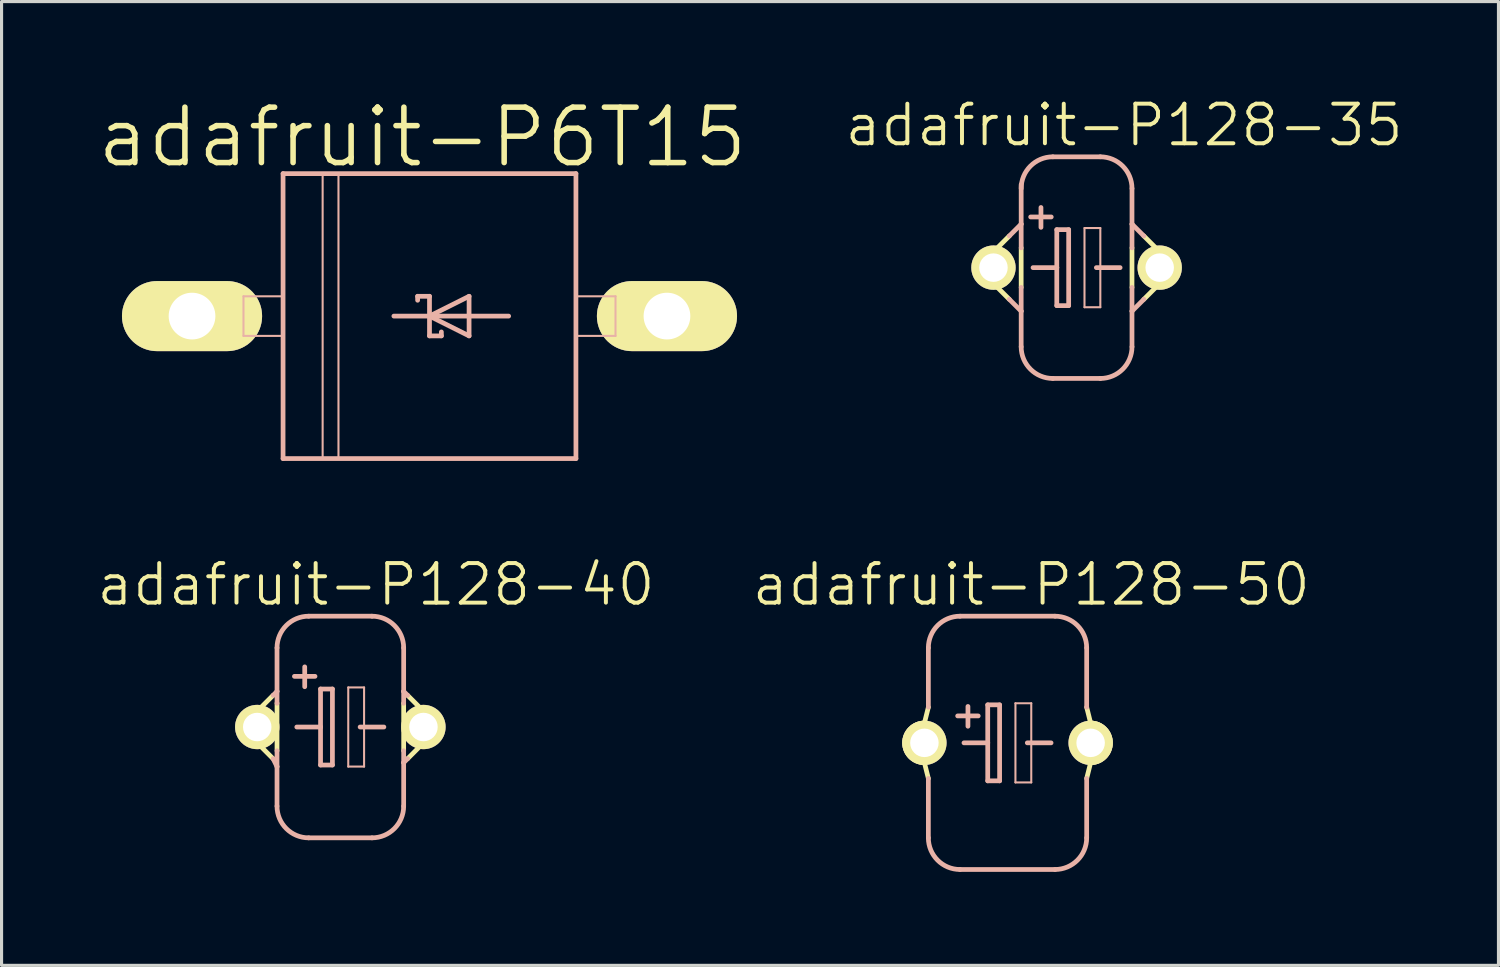
<source format=kicad_pcb>
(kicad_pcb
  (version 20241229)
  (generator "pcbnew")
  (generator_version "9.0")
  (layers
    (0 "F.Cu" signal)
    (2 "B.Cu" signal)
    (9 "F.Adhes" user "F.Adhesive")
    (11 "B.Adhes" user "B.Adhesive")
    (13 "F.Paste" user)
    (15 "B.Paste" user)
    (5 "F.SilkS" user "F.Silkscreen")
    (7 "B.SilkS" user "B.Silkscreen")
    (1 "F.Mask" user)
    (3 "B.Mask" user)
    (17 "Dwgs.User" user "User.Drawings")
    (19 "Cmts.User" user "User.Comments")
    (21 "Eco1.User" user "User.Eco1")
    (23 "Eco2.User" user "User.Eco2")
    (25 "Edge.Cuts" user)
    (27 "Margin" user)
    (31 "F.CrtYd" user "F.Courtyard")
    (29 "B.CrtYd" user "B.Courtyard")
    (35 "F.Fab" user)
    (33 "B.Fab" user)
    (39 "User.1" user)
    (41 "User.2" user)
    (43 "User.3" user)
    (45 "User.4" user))
  (footprint "adafruit-P128-35"
    (layer "F.Cu")
    (at 31.496 5.538)
    (property "Reference" "adafruit-P128-35" (at 1.524 -4.572 0) (layer "F.SilkS") (effects (font (size 1.27 1.27) (thickness 0.127))))
    (attr exclude_from_pos_files exclude_from_bom)
    (fp_line (start -2.667 -0.508) (end -2.159 -1.016) (stroke (width 0.152) (type solid)) (layer "F.SilkS"))
    (fp_line (start -2.159 1.016) (end -2.667 0.508) (stroke (width 0.152) (type solid)) (layer "F.SilkS"))
    (fp_line (start -1.778 -0.635) (end -1.778 0.635) (stroke (width 0.152) (type solid)) (layer "F.SilkS"))
    (fp_line (start 1.778 -0.635) (end 1.778 0.635) (stroke (width 0.152) (type solid)) (layer "F.SilkS"))
    (fp_line (start 2.159 1.016) (end 2.667 0.508) (stroke (width 0.152) (type solid)) (layer "F.SilkS"))
    (fp_line (start 2.667 -0.508) (end 2.159 -1.016) (stroke (width 0.152) (type solid)) (layer "F.SilkS"))
    (fp_arc (start -2.667 0.508) (mid -3.175 0) (end -2.667 -0.508) (stroke (width 0.1524) (type solid)) (layer "F.SilkS"))
    (fp_arc (start 2.667 -0.508) (mid 3.175 0) (end 2.667 0.508) (stroke (width 0.1524) (type solid)) (layer "F.SilkS"))
    (fp_line (start -2.159 -1.016) (end -1.778 -1.397) (stroke (width 0.152) (type solid)) (layer "B.SilkS"))
    (fp_line (start -1.778 -2.667) (end -1.778 -1.397) (stroke (width 0.152) (type solid)) (layer "B.SilkS"))
    (fp_line (start -1.778 -1.397) (end -1.778 -0.635) (stroke (width 0.152) (type solid)) (layer "B.SilkS"))
    (fp_line (start -1.778 0.635) (end -1.778 1.397) (stroke (width 0.152) (type solid)) (layer "B.SilkS"))
    (fp_line (start -1.778 1.397) (end -2.159 1.016) (stroke (width 0.152) (type solid)) (layer "B.SilkS"))
    (fp_line (start -1.778 1.397) (end -1.778 2.54) (stroke (width 0.152) (type solid)) (layer "B.SilkS"))
    (fp_line (start -1.397 0) (end -0.635 0) (stroke (width 0.152) (type solid)) (layer "B.SilkS"))
    (fp_line (start -1.143 -1.93) (end -1.143 -1.293) (stroke (width 0.152) (type solid)) (layer "B.SilkS"))
    (fp_line (start -0.813 -1.626) (end -1.473 -1.626) (stroke (width 0.152) (type solid)) (layer "B.SilkS"))
    (fp_line (start -0.762 3.556) (end 0.762 3.556) (stroke (width 0.152) (type solid)) (layer "B.SilkS"))
    (fp_line (start -0.635 -1.219) (end -0.635 0) (stroke (width 0.152) (type solid)) (layer "B.SilkS"))
    (fp_line (start -0.635 0) (end -0.635 1.219) (stroke (width 0.152) (type solid)) (layer "B.SilkS"))
    (fp_line (start -0.635 1.219) (end -0.254 1.219) (stroke (width 0.152) (type solid)) (layer "B.SilkS"))
    (fp_line (start -0.254 -1.219) (end -0.635 -1.219) (stroke (width 0.152) (type solid)) (layer "B.SilkS"))
    (fp_line (start -0.254 1.219) (end -0.254 -1.219) (stroke (width 0.152) (type solid)) (layer "B.SilkS"))
    (fp_line (start 0.254 -1.27) (end 0.762 -1.27) (stroke (width 0.066) (type solid)) (layer "B.SilkS"))
    (fp_line (start 0.254 1.27) (end 0.254 -1.27) (stroke (width 0.066) (type solid)) (layer "B.SilkS"))
    (fp_line (start 0.254 1.27) (end 0.762 1.27) (stroke (width 0.066) (type solid)) (layer "B.SilkS"))
    (fp_line (start 0.635 0) (end 1.397 0) (stroke (width 0.152) (type solid)) (layer "B.SilkS"))
    (fp_line (start 0.762 -3.556) (end -0.762 -3.556) (stroke (width 0.152) (type solid)) (layer "B.SilkS"))
    (fp_line (start 0.762 1.27) (end 0.762 -1.27) (stroke (width 0.066) (type solid)) (layer "B.SilkS"))
    (fp_line (start 1.778 -2.54) (end 1.778 -1.397) (stroke (width 0.152) (type solid)) (layer "B.SilkS"))
    (fp_line (start 1.778 -1.397) (end 1.778 -0.635) (stroke (width 0.152) (type solid)) (layer "B.SilkS"))
    (fp_line (start 1.778 0.635) (end 1.778 1.397) (stroke (width 0.152) (type solid)) (layer "B.SilkS"))
    (fp_line (start 1.778 1.397) (end 1.778 2.54) (stroke (width 0.152) (type solid)) (layer "B.SilkS"))
    (fp_line (start 1.778 1.397) (end 2.159 1.016) (stroke (width 0.152) (type solid)) (layer "B.SilkS"))
    (fp_line (start 2.159 -1.016) (end 1.778 -1.397) (stroke (width 0.152) (type solid)) (layer "B.SilkS"))
    (fp_arc (start -1.778 -2.54) (mid -1.48042 -3.25842) (end -0.762 -3.556) (stroke (width 0.1524) (type solid)) (layer "B.SilkS"))
    (fp_arc (start -0.762 3.556) (mid -1.48042 3.25842) (end -1.778 2.54) (stroke (width 0.1524) (type solid)) (layer "B.SilkS"))
    (fp_arc (start 0.762 -3.556) (mid 1.48042 -3.25842) (end 1.778 -2.54) (stroke (width 0.1524) (type solid)) (layer "B.SilkS"))
    (fp_arc (start 1.778 2.54) (mid 1.48042 3.25842) (end 0.762 3.556) (stroke (width 0.1524) (type solid)) (layer "B.SilkS"))
    (pad "+" thru_hole circle (at -2.667 0) (size 1.422 1.422) (drill 0.914) (layers "*.Cu" "F.Mask" "F.SilkS" "F.Paste"))
    (pad "-" thru_hole circle (at 2.667 0) (size 1.422 1.422) (drill 0.914) (layers "*.Cu" "F.Mask" "F.SilkS" "F.Paste")))
  (footprint "adafruit-P128-40"
    (layer "F.Cu")
    (at 7.871 20.279)
    (property "Reference" "adafruit-P128-40" (at 1.143 -4.572 0) (layer "F.SilkS") (effects (font (size 1.27 1.27) (thickness 0.127))))
    (attr exclude_from_pos_files exclude_from_bom)
    (fp_line (start -2.667 -0.508) (end -2.159 -1.016) (stroke (width 0.152) (type solid)) (layer "F.SilkS"))
    (fp_line (start -2.159 1.016) (end -2.667 0.508) (stroke (width 0.152) (type solid)) (layer "F.SilkS"))
    (fp_line (start -2.032 -0.762) (end -2.032 0.762) (stroke (width 0.152) (type solid)) (layer "F.SilkS"))
    (fp_line (start 2.032 -0.762) (end 2.032 0.762) (stroke (width 0.152) (type solid)) (layer "F.SilkS"))
    (fp_line (start 2.159 1.016) (end 2.667 0.508) (stroke (width 0.152) (type solid)) (layer "F.SilkS"))
    (fp_line (start 2.667 -0.508) (end 2.159 -1.016) (stroke (width 0.152) (type solid)) (layer "F.SilkS"))
    (fp_arc (start -2.667 0.508) (mid -3.175 0) (end -2.667 -0.508) (stroke (width 0.1524) (type solid)) (layer "F.SilkS"))
    (fp_arc (start 2.667 -0.508) (mid 3.175 0) (end 2.667 0.508) (stroke (width 0.1524) (type solid)) (layer "F.SilkS"))
    (fp_line (start -2.159 -1.016) (end -2.032 -1.143) (stroke (width 0.152) (type solid)) (layer "B.SilkS"))
    (fp_line (start -2.032 -2.54) (end -2.032 -1.143) (stroke (width 0.152) (type solid)) (layer "B.SilkS"))
    (fp_line (start -2.032 -1.143) (end -2.032 -0.762) (stroke (width 0.152) (type solid)) (layer "B.SilkS"))
    (fp_line (start -2.032 0.762) (end -2.032 1.27) (stroke (width 0.152) (type solid)) (layer "B.SilkS"))
    (fp_line (start -2.032 1.27) (end -2.159 1.016) (stroke (width 0.152) (type solid)) (layer "B.SilkS"))
    (fp_line (start -2.032 1.27) (end -2.032 2.54) (stroke (width 0.152) (type solid)) (layer "B.SilkS"))
    (fp_line (start -1.397 0) (end -0.635 0) (stroke (width 0.152) (type solid)) (layer "B.SilkS"))
    (fp_line (start -1.143 -1.93) (end -1.143 -1.293) (stroke (width 0.152) (type solid)) (layer "B.SilkS"))
    (fp_line (start -1.016 3.556) (end 1.016 3.556) (stroke (width 0.152) (type solid)) (layer "B.SilkS"))
    (fp_line (start -0.813 -1.626) (end -1.473 -1.626) (stroke (width 0.152) (type solid)) (layer "B.SilkS"))
    (fp_line (start -0.635 -1.219) (end -0.635 0) (stroke (width 0.152) (type solid)) (layer "B.SilkS"))
    (fp_line (start -0.635 0) (end -0.635 1.219) (stroke (width 0.152) (type solid)) (layer "B.SilkS"))
    (fp_line (start -0.635 1.219) (end -0.254 1.219) (stroke (width 0.152) (type solid)) (layer "B.SilkS"))
    (fp_line (start -0.254 -1.219) (end -0.635 -1.219) (stroke (width 0.152) (type solid)) (layer "B.SilkS"))
    (fp_line (start -0.254 1.219) (end -0.254 -1.219) (stroke (width 0.152) (type solid)) (layer "B.SilkS"))
    (fp_line (start 0.254 -1.27) (end 0.762 -1.27) (stroke (width 0.066) (type solid)) (layer "B.SilkS"))
    (fp_line (start 0.254 1.27) (end 0.254 -1.27) (stroke (width 0.066) (type solid)) (layer "B.SilkS"))
    (fp_line (start 0.254 1.27) (end 0.762 1.27) (stroke (width 0.066) (type solid)) (layer "B.SilkS"))
    (fp_line (start 0.635 0) (end 1.397 0) (stroke (width 0.152) (type solid)) (layer "B.SilkS"))
    (fp_line (start 0.762 1.27) (end 0.762 -1.27) (stroke (width 0.066) (type solid)) (layer "B.SilkS"))
    (fp_line (start 1.016 -3.556) (end -1.016 -3.556) (stroke (width 0.152) (type solid)) (layer "B.SilkS"))
    (fp_line (start 2.032 -2.54) (end 2.032 -1.143) (stroke (width 0.152) (type solid)) (layer "B.SilkS"))
    (fp_line (start 2.032 -1.143) (end 2.032 -0.762) (stroke (width 0.152) (type solid)) (layer "B.SilkS"))
    (fp_line (start 2.032 0.762) (end 2.032 1.143) (stroke (width 0.152) (type solid)) (layer "B.SilkS"))
    (fp_line (start 2.032 1.143) (end 2.032 2.54) (stroke (width 0.152) (type solid)) (layer "B.SilkS"))
    (fp_line (start 2.032 1.143) (end 2.159 1.016) (stroke (width 0.152) (type solid)) (layer "B.SilkS"))
    (fp_line (start 2.159 -1.016) (end 2.032 -1.143) (stroke (width 0.152) (type solid)) (layer "B.SilkS"))
    (fp_arc (start -2.032 -2.54) (mid -1.73442 -3.25842) (end -1.016 -3.556) (stroke (width 0.1524) (type solid)) (layer "B.SilkS"))
    (fp_arc (start -1.016 3.556) (mid -1.73442 3.25842) (end -2.032 2.54) (stroke (width 0.1524) (type solid)) (layer "B.SilkS"))
    (fp_arc (start 1.016 -3.556) (mid 1.73442 -3.25842) (end 2.032 -2.54) (stroke (width 0.1524) (type solid)) (layer "B.SilkS"))
    (fp_arc (start 2.032 2.54) (mid 1.73442 3.25842) (end 1.016 3.556) (stroke (width 0.1524) (type solid)) (layer "B.SilkS"))
    (pad "+" thru_hole circle (at -2.667 0) (size 1.422 1.422) (drill 0.914) (layers "*.Cu" "F.Mask" "F.SilkS" "F.Paste"))
    (pad "-" thru_hole circle (at 2.667 0) (size 1.422 1.422) (drill 0.914) (layers "*.Cu" "F.Mask" "F.SilkS" "F.Paste")))
  (footprint "adafruit-P128-50"
    (layer "F.Cu")
    (at 29.28 20.787)
    (property "Reference" "adafruit-P128-50" (at 0.762 -5.08 0) (layer "F.SilkS") (effects (font (size 1.27 1.27) (thickness 0.127))))
    (attr exclude_from_pos_files exclude_from_bom)
    (fp_line (start -2.667 -0.635) (end -2.54 -1.143) (stroke (width 0.152) (type solid)) (layer "F.SilkS"))
    (fp_line (start -2.54 1.143) (end -2.667 0.635) (stroke (width 0.152) (type solid)) (layer "F.SilkS"))
    (fp_line (start 2.54 1.143) (end 2.667 0.635) (stroke (width 0.152) (type solid)) (layer "F.SilkS"))
    (fp_line (start 2.667 -0.635) (end 2.54 -1.143) (stroke (width 0.152) (type solid)) (layer "F.SilkS"))
    (fp_arc (start -2.667 0.635) (mid -3.302 0) (end -2.667 -0.635) (stroke (width 0.1524) (type solid)) (layer "F.SilkS"))
    (fp_arc (start 2.667 -0.635) (mid 3.302 0) (end 2.667 0.635) (stroke (width 0.1524) (type solid)) (layer "F.SilkS"))
    (fp_line (start -2.54 -3.048) (end -2.54 -1.143) (stroke (width 0.152) (type solid)) (layer "B.SilkS"))
    (fp_line (start -2.54 1.143) (end -2.54 3.048) (stroke (width 0.152) (type solid)) (layer "B.SilkS"))
    (fp_line (start -1.524 4.064) (end 1.524 4.064) (stroke (width 0.152) (type solid)) (layer "B.SilkS"))
    (fp_line (start -1.397 0) (end -0.635 0) (stroke (width 0.152) (type solid)) (layer "B.SilkS"))
    (fp_line (start -1.27 -1.168) (end -1.27 -0.533) (stroke (width 0.152) (type solid)) (layer "B.SilkS"))
    (fp_line (start -0.94 -0.864) (end -1.6 -0.864) (stroke (width 0.152) (type solid)) (layer "B.SilkS"))
    (fp_line (start -0.635 -1.219) (end -0.635 0) (stroke (width 0.152) (type solid)) (layer "B.SilkS"))
    (fp_line (start -0.635 0) (end -0.635 1.219) (stroke (width 0.152) (type solid)) (layer "B.SilkS"))
    (fp_line (start -0.635 1.219) (end -0.254 1.219) (stroke (width 0.152) (type solid)) (layer "B.SilkS"))
    (fp_line (start -0.254 -1.219) (end -0.635 -1.219) (stroke (width 0.152) (type solid)) (layer "B.SilkS"))
    (fp_line (start -0.254 1.219) (end -0.254 -1.219) (stroke (width 0.152) (type solid)) (layer "B.SilkS"))
    (fp_line (start 0.254 -1.27) (end 0.762 -1.27) (stroke (width 0.066) (type solid)) (layer "B.SilkS"))
    (fp_line (start 0.254 1.27) (end 0.254 -1.27) (stroke (width 0.066) (type solid)) (layer "B.SilkS"))
    (fp_line (start 0.254 1.27) (end 0.762 1.27) (stroke (width 0.066) (type solid)) (layer "B.SilkS"))
    (fp_line (start 0.635 0) (end 1.397 0) (stroke (width 0.152) (type solid)) (layer "B.SilkS"))
    (fp_line (start 0.762 1.27) (end 0.762 -1.27) (stroke (width 0.066) (type solid)) (layer "B.SilkS"))
    (fp_line (start 1.524 -4.064) (end -1.524 -4.064) (stroke (width 0.152) (type solid)) (layer "B.SilkS"))
    (fp_line (start 2.54 -3.048) (end 2.54 -1.143) (stroke (width 0.152) (type solid)) (layer "B.SilkS"))
    (fp_line (start 2.54 1.143) (end 2.54 3.048) (stroke (width 0.152) (type solid)) (layer "B.SilkS"))
    (fp_arc (start -2.54 -3.048) (mid -2.24242 -3.76642) (end -1.524 -4.064) (stroke (width 0.1524) (type solid)) (layer "B.SilkS"))
    (fp_arc (start -1.524 4.064) (mid -2.24242 3.76642) (end -2.54 3.048) (stroke (width 0.1524) (type solid)) (layer "B.SilkS"))
    (fp_arc (start 1.524 -4.064) (mid 2.24242 -3.76642) (end 2.54 -3.048) (stroke (width 0.1524) (type solid)) (layer "B.SilkS"))
    (fp_arc (start 2.54 3.048) (mid 2.24242 3.76642) (end 1.524 4.064) (stroke (width 0.1524) (type solid)) (layer "B.SilkS"))
    (pad "+" thru_hole circle (at -2.667 0) (size 1.422 1.422) (drill 0.914) (layers "*.Cu" "F.Mask" "F.SilkS" "F.Paste"))
    (pad "-" thru_hole circle (at 2.667 0) (size 1.422 1.422) (drill 0.914) (layers "*.Cu" "F.Mask" "F.SilkS" "F.Paste")))
  (footprint "adafruit-P6T15"
    (layer "F.Cu")
    (at 10.732 7.093)
    (property "Reference" "adafruit-P6T15" (at -0.229 -5.74 0) (layer "F.SilkS") (effects (font (size 1.778 1.778) (thickness 0.178))))
    (attr exclude_from_pos_files exclude_from_bom)
    (fp_line (start -7.62 0) (end -6.223 0) (stroke (width 1.27) (type solid)) (layer "F.SilkS"))
    (fp_line (start 7.62 0) (end 6.223 0) (stroke (width 1.27) (type solid)) (layer "F.SilkS"))
    (fp_line (start -5.969 -0.635) (end -4.699 -0.635) (stroke (width 0.066) (type solid)) (layer "B.SilkS"))
    (fp_line (start -5.969 0.635) (end -5.969 -0.635) (stroke (width 0.066) (type solid)) (layer "B.SilkS"))
    (fp_line (start -5.969 0.635) (end -4.699 0.635) (stroke (width 0.066) (type solid)) (layer "B.SilkS"))
    (fp_line (start -4.699 -4.572) (end 4.699 -4.572) (stroke (width 0.152) (type solid)) (layer "B.SilkS"))
    (fp_line (start -4.699 0.635) (end -4.699 -0.635) (stroke (width 0.066) (type solid)) (layer "B.SilkS"))
    (fp_line (start -4.699 4.572) (end -4.699 -4.572) (stroke (width 0.152) (type solid)) (layer "B.SilkS"))
    (fp_line (start -3.429 -4.572) (end -2.921 -4.572) (stroke (width 0.066) (type solid)) (layer "B.SilkS"))
    (fp_line (start -3.429 4.572) (end -3.429 -4.572) (stroke (width 0.066) (type solid)) (layer "B.SilkS"))
    (fp_line (start -3.429 4.572) (end -2.921 4.572) (stroke (width 0.066) (type solid)) (layer "B.SilkS"))
    (fp_line (start -2.921 4.572) (end -2.921 -4.572) (stroke (width 0.066) (type solid)) (layer "B.SilkS"))
    (fp_line (start -1.143 0) (end 0 0) (stroke (width 0.152) (type solid)) (layer "B.SilkS"))
    (fp_line (start -0.381 -0.635) (end 0 -0.635) (stroke (width 0.152) (type solid)) (layer "B.SilkS"))
    (fp_line (start -0.381 -0.508) (end -0.381 -0.635) (stroke (width 0.152) (type solid)) (layer "B.SilkS"))
    (fp_line (start 0 -0.635) (end 0 0) (stroke (width 0.152) (type solid)) (layer "B.SilkS"))
    (fp_line (start 0 0) (end 1.27 -0.635) (stroke (width 0.152) (type solid)) (layer "B.SilkS"))
    (fp_line (start 0 0) (end 2.54 0) (stroke (width 0.152) (type solid)) (layer "B.SilkS"))
    (fp_line (start 0 0.635) (end 0 0) (stroke (width 0.152) (type solid)) (layer "B.SilkS"))
    (fp_line (start 0.381 0.508) (end 0.381 0.635) (stroke (width 0.152) (type solid)) (layer "B.SilkS"))
    (fp_line (start 0.381 0.635) (end 0 0.635) (stroke (width 0.152) (type solid)) (layer "B.SilkS"))
    (fp_line (start 1.27 -0.635) (end 1.27 0.635) (stroke (width 0.152) (type solid)) (layer "B.SilkS"))
    (fp_line (start 1.27 0.635) (end 0 0) (stroke (width 0.152) (type solid)) (layer "B.SilkS"))
    (fp_line (start 4.699 -4.572) (end 4.699 4.572) (stroke (width 0.152) (type solid)) (layer "B.SilkS"))
    (fp_line (start 4.699 -0.635) (end 5.969 -0.635) (stroke (width 0.066) (type solid)) (layer "B.SilkS"))
    (fp_line (start 4.699 0.635) (end 4.699 -0.635) (stroke (width 0.066) (type solid)) (layer "B.SilkS"))
    (fp_line (start 4.699 0.635) (end 5.969 0.635) (stroke (width 0.066) (type solid)) (layer "B.SilkS"))
    (fp_line (start 4.699 4.572) (end -4.699 4.572) (stroke (width 0.152) (type solid)) (layer "B.SilkS"))
    (fp_line (start 5.969 0.635) (end 5.969 -0.635) (stroke (width 0.066) (type solid)) (layer "B.SilkS"))
    (pad "A" thru_hole oval (at 7.62 0 90) (size 2.248 4.496) (drill 1.499) (layers "*.Cu" "F.Mask" "F.SilkS" "F.Paste"))
    (pad "C" thru_hole oval (at -7.62 0 90) (size 2.248 4.496) (drill 1.499) (layers "*.Cu" "F.Mask" "F.SilkS" "F.Paste")))
  (gr_rect
    (start -3 -3)
    (end 45.034 27.927)
    (stroke (width 0.1) (type default))
    (fill no)
    (layer "Edge.Cuts")))
</source>
